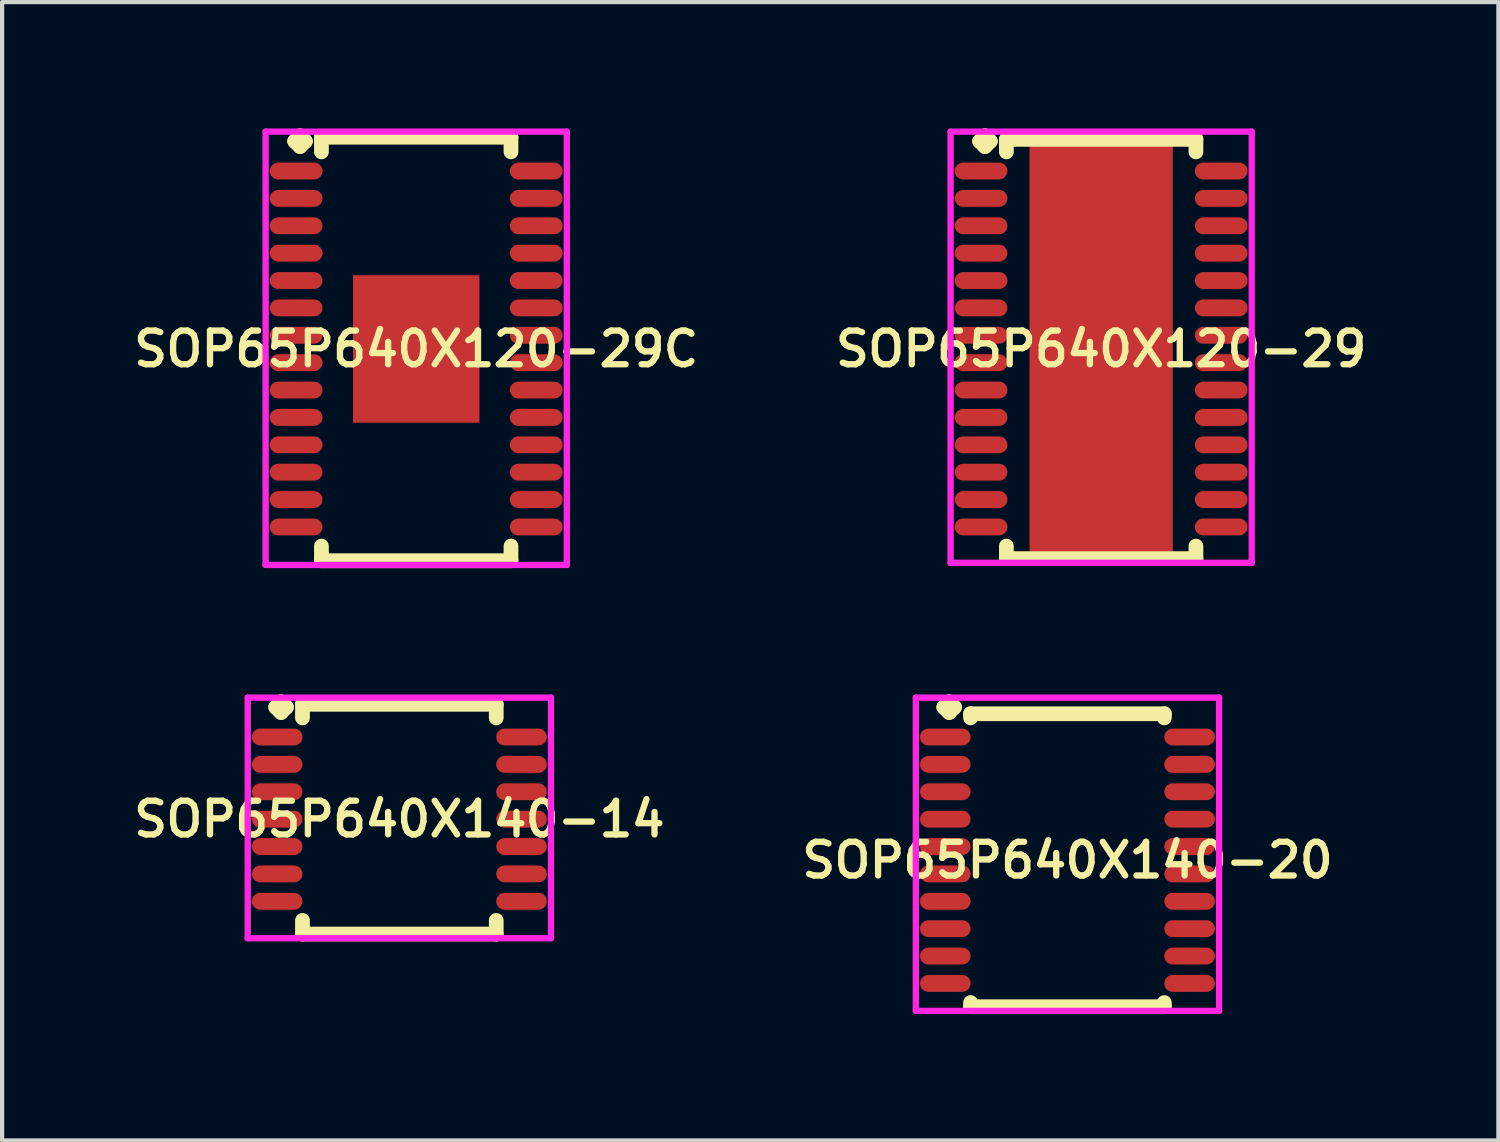
<source format=kicad_pcb>
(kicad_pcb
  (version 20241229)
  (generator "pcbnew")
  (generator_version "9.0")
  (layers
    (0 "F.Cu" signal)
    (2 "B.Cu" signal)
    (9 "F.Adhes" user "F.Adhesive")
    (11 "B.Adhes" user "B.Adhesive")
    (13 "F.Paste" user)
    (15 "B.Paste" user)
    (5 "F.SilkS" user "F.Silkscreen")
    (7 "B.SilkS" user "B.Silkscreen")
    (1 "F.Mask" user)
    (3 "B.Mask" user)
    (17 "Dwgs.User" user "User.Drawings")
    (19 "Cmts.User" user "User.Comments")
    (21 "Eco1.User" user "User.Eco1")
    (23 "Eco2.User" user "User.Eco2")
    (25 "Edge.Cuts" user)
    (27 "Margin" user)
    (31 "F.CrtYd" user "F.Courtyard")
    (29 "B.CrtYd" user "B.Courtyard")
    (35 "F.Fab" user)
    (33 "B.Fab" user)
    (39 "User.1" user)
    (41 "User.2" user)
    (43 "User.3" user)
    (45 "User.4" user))
  (footprint "SOP65P640X140-20"
    (layer "F.Cu")
    (at 22.292 17.372)
    (property "Reference" "SOP65P640X140-20" (at 0 0 0) (layer "F.SilkS") (effects (font (size 0.8 0.8) (thickness 0.15))))
    (attr smd)
    (fp_line (start -2.935 -3.633) (end -2.808 -3.76) (stroke (width 0.35) (type solid)) (layer "F.SilkS"))
    (fp_line (start -2.808 -3.76) (end -2.681 -3.633) (stroke (width 0.35) (type solid)) (layer "F.SilkS"))
    (fp_line (start -2.808 -3.506) (end -2.935 -3.633) (stroke (width 0.35) (type solid)) (layer "F.SilkS"))
    (fp_line (start -2.681 -3.633) (end -2.808 -3.506) (stroke (width 0.35) (type solid)) (layer "F.SilkS"))
    (fp_line (start -2.3 -3.477) (end 2.3 -3.477) (stroke (width 0.35) (type solid)) (layer "F.SilkS"))
    (fp_line (start -2.3 -3.379) (end -2.3 -3.477) (stroke (width 0.35) (type solid)) (layer "F.SilkS"))
    (fp_line (start -2.3 3.379) (end -2.3 3.477) (stroke (width 0.35) (type solid)) (layer "F.SilkS"))
    (fp_line (start -2.3 3.477) (end 2.3 3.477) (stroke (width 0.35) (type solid)) (layer "F.SilkS"))
    (fp_line (start 2.3 -3.477) (end 2.3 -3.379) (stroke (width 0.35) (type solid)) (layer "F.SilkS"))
    (fp_line (start 2.3 3.477) (end 2.3 3.379) (stroke (width 0.35) (type solid)) (layer "F.SilkS"))
    (fp_line (start -3.6 -3.86) (end 3.6 -3.86) (stroke (width 0.15) (type solid)) (layer "F.CrtYd"))
    (fp_line (start -3.6 3.577) (end -3.6 -3.86) (stroke (width 0.15) (type solid)) (layer "F.CrtYd"))
    (fp_line (start 3.6 -3.86) (end 3.6 3.577) (stroke (width 0.15) (type solid)) (layer "F.CrtYd"))
    (fp_line (start 3.6 3.577) (end -3.6 3.577) (stroke (width 0.15) (type solid)) (layer "F.CrtYd"))
    (pad "1" smd oval (at -2.9 -2.925) (size 1.2 0.4) (layers "F.Cu" "F.Mask" "F.Paste"))
    (pad "2" smd oval (at -2.9 -2.275) (size 1.2 0.4) (layers "F.Cu" "F.Mask" "F.Paste"))
    (pad "3" smd oval (at -2.9 -1.625) (size 1.2 0.4) (layers "F.Cu" "F.Mask" "F.Paste"))
    (pad "4" smd oval (at -2.9 -0.975) (size 1.2 0.4) (layers "F.Cu" "F.Mask" "F.Paste"))
    (pad "5" smd oval (at -2.9 -0.325) (size 1.2 0.4) (layers "F.Cu" "F.Mask" "F.Paste"))
    (pad "6" smd oval (at -2.9 0.325) (size 1.2 0.4) (layers "F.Cu" "F.Mask" "F.Paste"))
    (pad "7" smd oval (at -2.9 0.975) (size 1.2 0.4) (layers "F.Cu" "F.Mask" "F.Paste"))
    (pad "8" smd oval (at -2.9 1.625) (size 1.2 0.4) (layers "F.Cu" "F.Mask" "F.Paste"))
    (pad "9" smd oval (at -2.9 2.275) (size 1.2 0.4) (layers "F.Cu" "F.Mask" "F.Paste"))
    (pad "10" smd oval (at -2.9 2.925) (size 1.2 0.4) (layers "F.Cu" "F.Mask" "F.Paste"))
    (pad "11" smd oval (at 2.9 2.925) (size 1.2 0.4) (layers "F.Cu" "F.Mask" "F.Paste"))
    (pad "12" smd oval (at 2.9 2.275) (size 1.2 0.4) (layers "F.Cu" "F.Mask" "F.Paste"))
    (pad "13" smd oval (at 2.9 1.625) (size 1.2 0.4) (layers "F.Cu" "F.Mask" "F.Paste"))
    (pad "14" smd oval (at 2.9 0.975) (size 1.2 0.4) (layers "F.Cu" "F.Mask" "F.Paste"))
    (pad "15" smd oval (at 2.9 0.325) (size 1.2 0.4) (layers "F.Cu" "F.Mask" "F.Paste"))
    (pad "16" smd oval (at 2.9 -0.325) (size 1.2 0.4) (layers "F.Cu" "F.Mask" "F.Paste"))
    (pad "17" smd oval (at 2.9 -0.975) (size 1.2 0.4) (layers "F.Cu" "F.Mask" "F.Paste"))
    (pad "18" smd oval (at 2.9 -1.625) (size 1.2 0.4) (layers "F.Cu" "F.Mask" "F.Paste"))
    (pad "19" smd oval (at 2.9 -2.275) (size 1.2 0.4) (layers "F.Cu" "F.Mask" "F.Paste"))
    (pad "20" smd oval (at 2.9 -2.925) (size 1.2 0.4) (layers "F.Cu" "F.Mask" "F.Paste")))
  (footprint "SOP65P640X120-29"
    (layer "F.Cu")
    (at 23.092 5.235)
    (property "Reference" "SOP65P640X120-29" (at 0 0 0) (layer "F.SilkS") (effects (font (size 0.8 0.8) (thickness 0.15))))
    (attr through_hole)
    (fp_line (start -2.885 -4.933) (end -2.758 -5.06) (stroke (width 0.35) (type solid)) (layer "F.SilkS"))
    (fp_line (start -2.758 -5.06) (end -2.631 -4.933) (stroke (width 0.35) (type solid)) (layer "F.SilkS"))
    (fp_line (start -2.758 -4.806) (end -2.885 -4.933) (stroke (width 0.35) (type solid)) (layer "F.SilkS"))
    (fp_line (start -2.631 -4.933) (end -2.758 -4.806) (stroke (width 0.35) (type solid)) (layer "F.SilkS"))
    (fp_line (start -2.25 -4.977) (end 2.25 -4.977) (stroke (width 0.35) (type solid)) (layer "F.SilkS"))
    (fp_line (start -2.25 -4.679) (end -2.25 -4.977) (stroke (width 0.35) (type solid)) (layer "F.SilkS"))
    (fp_line (start -2.25 4.679) (end -2.25 4.977) (stroke (width 0.35) (type solid)) (layer "F.SilkS"))
    (fp_line (start -2.25 4.977) (end 2.25 4.977) (stroke (width 0.35) (type solid)) (layer "F.SilkS"))
    (fp_line (start 2.25 -4.977) (end 2.25 -4.679) (stroke (width 0.35) (type solid)) (layer "F.SilkS"))
    (fp_line (start 2.25 4.977) (end 2.25 4.679) (stroke (width 0.35) (type solid)) (layer "F.SilkS"))
    (fp_line (start -3.575 -5.16) (end 3.575 -5.16) (stroke (width 0.15) (type solid)) (layer "F.CrtYd"))
    (fp_line (start -3.575 5.077) (end -3.575 -5.16) (stroke (width 0.15) (type solid)) (layer "F.CrtYd"))
    (fp_line (start 3.575 -5.16) (end 3.575 5.077) (stroke (width 0.15) (type solid)) (layer "F.CrtYd"))
    (fp_line (start 3.575 5.077) (end -3.575 5.077) (stroke (width 0.15) (type solid)) (layer "F.CrtYd"))
    (pad "1" smd oval (at -2.85 -4.225) (size 1.25 0.4) (layers "F.Cu" "F.Mask" "F.Paste"))
    (pad "2" smd oval (at -2.85 -3.575) (size 1.25 0.4) (layers "F.Cu" "F.Mask" "F.Paste"))
    (pad "3" smd oval (at -2.85 -2.925) (size 1.25 0.4) (layers "F.Cu" "F.Mask" "F.Paste"))
    (pad "4" smd oval (at -2.85 -2.275) (size 1.25 0.4) (layers "F.Cu" "F.Mask" "F.Paste"))
    (pad "5" smd oval (at -2.85 -1.625) (size 1.25 0.4) (layers "F.Cu" "F.Mask" "F.Paste"))
    (pad "6" smd oval (at -2.85 -0.975) (size 1.25 0.4) (layers "F.Cu" "F.Mask" "F.Paste"))
    (pad "7" smd oval (at -2.85 -0.325) (size 1.25 0.4) (layers "F.Cu" "F.Mask" "F.Paste"))
    (pad "8" smd oval (at -2.85 0.325) (size 1.25 0.4) (layers "F.Cu" "F.Mask" "F.Paste"))
    (pad "9" smd oval (at -2.85 0.975) (size 1.25 0.4) (layers "F.Cu" "F.Mask" "F.Paste"))
    (pad "10" smd oval (at -2.85 1.625) (size 1.25 0.4) (layers "F.Cu" "F.Mask" "F.Paste"))
    (pad "11" smd oval (at -2.85 2.275) (size 1.25 0.4) (layers "F.Cu" "F.Mask" "F.Paste"))
    (pad "12" smd oval (at -2.85 2.925) (size 1.25 0.4) (layers "F.Cu" "F.Mask" "F.Paste"))
    (pad "13" smd oval (at -2.85 3.575) (size 1.25 0.4) (layers "F.Cu" "F.Mask" "F.Paste"))
    (pad "14" smd oval (at -2.85 4.225) (size 1.25 0.4) (layers "F.Cu" "F.Mask" "F.Paste"))
    (pad "15" smd oval (at 2.85 4.225) (size 1.25 0.4) (layers "F.Cu" "F.Mask" "F.Paste"))
    (pad "16" smd oval (at 2.85 3.575) (size 1.25 0.4) (layers "F.Cu" "F.Mask" "F.Paste"))
    (pad "17" smd oval (at 2.85 2.925) (size 1.25 0.4) (layers "F.Cu" "F.Mask" "F.Paste"))
    (pad "18" smd oval (at 2.85 2.275) (size 1.25 0.4) (layers "F.Cu" "F.Mask" "F.Paste"))
    (pad "19" smd oval (at 2.85 1.625) (size 1.25 0.4) (layers "F.Cu" "F.Mask" "F.Paste"))
    (pad "20" smd oval (at 2.85 0.975) (size 1.25 0.4) (layers "F.Cu" "F.Mask" "F.Paste"))
    (pad "21" smd oval (at 2.85 0.325) (size 1.25 0.4) (layers "F.Cu" "F.Mask" "F.Paste"))
    (pad "22" smd oval (at 2.85 -0.325) (size 1.25 0.4) (layers "F.Cu" "F.Mask" "F.Paste"))
    (pad "23" smd oval (at 2.85 -0.975) (size 1.25 0.4) (layers "F.Cu" "F.Mask" "F.Paste"))
    (pad "24" smd oval (at 2.85 -1.625) (size 1.25 0.4) (layers "F.Cu" "F.Mask" "F.Paste"))
    (pad "25" smd oval (at 2.85 -2.275) (size 1.25 0.4) (layers "F.Cu" "F.Mask" "F.Paste"))
    (pad "26" smd oval (at 2.85 -2.925) (size 1.25 0.4) (layers "F.Cu" "F.Mask" "F.Paste"))
    (pad "27" smd oval (at 2.85 -3.575) (size 1.25 0.4) (layers "F.Cu" "F.Mask" "F.Paste"))
    (pad "28" smd oval (at 2.85 -4.225) (size 1.25 0.4) (layers "F.Cu" "F.Mask" "F.Paste"))
    (pad "29" smd rect (at 0 0) (size 3.4 9.7) (layers "F.Cu" "F.Mask" "F.Paste")))
  (footprint "SOP65P640X140-14"
    (layer "F.Cu")
    (at 6.431 16.397)
    (property "Reference" "SOP65P640X140-14" (at 0 0 0) (layer "F.SilkS") (effects (font (size 0.8 0.8) (thickness 0.15))))
    (attr through_hole)
    (fp_line (start -2.935 -2.658) (end -2.808 -2.785) (stroke (width 0.35) (type solid)) (layer "F.SilkS"))
    (fp_line (start -2.808 -2.785) (end -2.681 -2.658) (stroke (width 0.35) (type solid)) (layer "F.SilkS"))
    (fp_line (start -2.808 -2.531) (end -2.935 -2.658) (stroke (width 0.35) (type solid)) (layer "F.SilkS"))
    (fp_line (start -2.681 -2.658) (end -2.808 -2.531) (stroke (width 0.35) (type solid)) (layer "F.SilkS"))
    (fp_line (start -2.3 -2.727) (end 2.3 -2.727) (stroke (width 0.35) (type solid)) (layer "F.SilkS"))
    (fp_line (start -2.3 -2.404) (end -2.3 -2.727) (stroke (width 0.35) (type solid)) (layer "F.SilkS"))
    (fp_line (start -2.3 2.404) (end -2.3 2.727) (stroke (width 0.35) (type solid)) (layer "F.SilkS"))
    (fp_line (start -2.3 2.727) (end 2.3 2.727) (stroke (width 0.35) (type solid)) (layer "F.SilkS"))
    (fp_line (start 2.3 -2.727) (end 2.3 -2.404) (stroke (width 0.35) (type solid)) (layer "F.SilkS"))
    (fp_line (start 2.3 2.727) (end 2.3 2.404) (stroke (width 0.35) (type solid)) (layer "F.SilkS"))
    (fp_line (start -3.6 -2.885) (end 3.6 -2.885) (stroke (width 0.15) (type solid)) (layer "F.CrtYd"))
    (fp_line (start -3.6 2.827) (end -3.6 -2.885) (stroke (width 0.15) (type solid)) (layer "F.CrtYd"))
    (fp_line (start 3.6 -2.885) (end 3.6 2.827) (stroke (width 0.15) (type solid)) (layer "F.CrtYd"))
    (fp_line (start 3.6 2.827) (end -3.6 2.827) (stroke (width 0.15) (type solid)) (layer "F.CrtYd"))
    (pad "1" smd oval (at -2.9 -1.95) (size 1.2 0.4) (layers "F.Cu" "F.Mask" "F.Paste"))
    (pad "2" smd oval (at -2.9 -1.3) (size 1.2 0.4) (layers "F.Cu" "F.Mask" "F.Paste"))
    (pad "3" smd oval (at -2.9 -0.65) (size 1.2 0.4) (layers "F.Cu" "F.Mask" "F.Paste"))
    (pad "4" smd oval (at -2.9 0) (size 1.2 0.4) (layers "F.Cu" "F.Mask" "F.Paste"))
    (pad "5" smd oval (at -2.9 0.65) (size 1.2 0.4) (layers "F.Cu" "F.Mask" "F.Paste"))
    (pad "6" smd oval (at -2.9 1.3) (size 1.2 0.4) (layers "F.Cu" "F.Mask" "F.Paste"))
    (pad "7" smd oval (at -2.9 1.95) (size 1.2 0.4) (layers "F.Cu" "F.Mask" "F.Paste"))
    (pad "8" smd oval (at 2.9 1.95) (size 1.2 0.4) (layers "F.Cu" "F.Mask" "F.Paste"))
    (pad "9" smd oval (at 2.9 1.3) (size 1.2 0.4) (layers "F.Cu" "F.Mask" "F.Paste"))
    (pad "10" smd oval (at 2.9 0.65) (size 1.2 0.4) (layers "F.Cu" "F.Mask" "F.Paste"))
    (pad "11" smd oval (at 2.9 0) (size 1.2 0.4) (layers "F.Cu" "F.Mask" "F.Paste"))
    (pad "12" smd oval (at 2.9 -0.65) (size 1.2 0.4) (layers "F.Cu" "F.Mask" "F.Paste"))
    (pad "13" smd oval (at 2.9 -1.3) (size 1.2 0.4) (layers "F.Cu" "F.Mask" "F.Paste"))
    (pad "14" smd oval (at 2.9 -1.95) (size 1.2 0.4) (layers "F.Cu" "F.Mask" "F.Paste")))
  (footprint "SOP65P640X120-29C"
    (layer "F.Cu")
    (at 6.831 5.235)
    (property "Reference" "SOP65P640X120-29C" (at 0 0 0) (layer "F.SilkS") (effects (font (size 0.8 0.8) (thickness 0.15))))
    (attr smd)
    (fp_line (start -2.885 -4.933) (end -2.758 -5.06) (stroke (width 0.35) (type solid)) (layer "F.SilkS"))
    (fp_line (start -2.758 -5.06) (end -2.631 -4.933) (stroke (width 0.35) (type solid)) (layer "F.SilkS"))
    (fp_line (start -2.758 -4.806) (end -2.885 -4.933) (stroke (width 0.35) (type solid)) (layer "F.SilkS"))
    (fp_line (start -2.631 -4.933) (end -2.758 -4.806) (stroke (width 0.35) (type solid)) (layer "F.SilkS"))
    (fp_line (start -2.25 -5.027) (end 2.25 -5.027) (stroke (width 0.35) (type solid)) (layer "F.SilkS"))
    (fp_line (start -2.25 -4.679) (end -2.25 -5.027) (stroke (width 0.35) (type solid)) (layer "F.SilkS"))
    (fp_line (start -2.25 4.679) (end -2.25 5.027) (stroke (width 0.35) (type solid)) (layer "F.SilkS"))
    (fp_line (start -2.25 5.027) (end 2.25 5.027) (stroke (width 0.35) (type solid)) (layer "F.SilkS"))
    (fp_line (start 2.25 -5.027) (end 2.25 -4.679) (stroke (width 0.35) (type solid)) (layer "F.SilkS"))
    (fp_line (start 2.25 5.027) (end 2.25 4.679) (stroke (width 0.35) (type solid)) (layer "F.SilkS"))
    (fp_line (start -3.575 -5.16) (end 3.575 -5.16) (stroke (width 0.15) (type solid)) (layer "F.CrtYd"))
    (fp_line (start -3.575 5.127) (end -3.575 -5.16) (stroke (width 0.15) (type solid)) (layer "F.CrtYd"))
    (fp_line (start 3.575 -5.16) (end 3.575 5.127) (stroke (width 0.15) (type solid)) (layer "F.CrtYd"))
    (fp_line (start 3.575 5.127) (end -3.575 5.127) (stroke (width 0.15) (type solid)) (layer "F.CrtYd"))
    (pad "1" smd oval (at -2.85 -4.225) (size 1.25 0.4) (layers "F.Cu" "F.Mask" "F.Paste"))
    (pad "2" smd oval (at -2.85 -3.575) (size 1.25 0.4) (layers "F.Cu" "F.Mask" "F.Paste"))
    (pad "3" smd oval (at -2.85 -2.925) (size 1.25 0.4) (layers "F.Cu" "F.Mask" "F.Paste"))
    (pad "4" smd oval (at -2.85 -2.275) (size 1.25 0.4) (layers "F.Cu" "F.Mask" "F.Paste"))
    (pad "5" smd oval (at -2.85 -1.625) (size 1.25 0.4) (layers "F.Cu" "F.Mask" "F.Paste"))
    (pad "6" smd oval (at -2.85 -0.975) (size 1.25 0.4) (layers "F.Cu" "F.Mask" "F.Paste"))
    (pad "7" smd oval (at -2.85 -0.325) (size 1.25 0.4) (layers "F.Cu" "F.Mask" "F.Paste"))
    (pad "8" smd oval (at -2.85 0.325) (size 1.25 0.4) (layers "F.Cu" "F.Mask" "F.Paste"))
    (pad "9" smd oval (at -2.85 0.975) (size 1.25 0.4) (layers "F.Cu" "F.Mask" "F.Paste"))
    (pad "10" smd oval (at -2.85 1.625) (size 1.25 0.4) (layers "F.Cu" "F.Mask" "F.Paste"))
    (pad "11" smd oval (at -2.85 2.275) (size 1.25 0.4) (layers "F.Cu" "F.Mask" "F.Paste"))
    (pad "12" smd oval (at -2.85 2.925) (size 1.25 0.4) (layers "F.Cu" "F.Mask" "F.Paste"))
    (pad "13" smd oval (at -2.85 3.575) (size 1.25 0.4) (layers "F.Cu" "F.Mask" "F.Paste"))
    (pad "14" smd oval (at -2.85 4.225) (size 1.25 0.4) (layers "F.Cu" "F.Mask" "F.Paste"))
    (pad "15" smd oval (at 2.85 4.225) (size 1.25 0.4) (layers "F.Cu" "F.Mask" "F.Paste"))
    (pad "16" smd oval (at 2.85 3.575) (size 1.25 0.4) (layers "F.Cu" "F.Mask" "F.Paste"))
    (pad "17" smd oval (at 2.85 2.925) (size 1.25 0.4) (layers "F.Cu" "F.Mask" "F.Paste"))
    (pad "18" smd oval (at 2.85 2.275) (size 1.25 0.4) (layers "F.Cu" "F.Mask" "F.Paste"))
    (pad "19" smd oval (at 2.85 1.625) (size 1.25 0.4) (layers "F.Cu" "F.Mask" "F.Paste"))
    (pad "20" smd oval (at 2.85 0.975) (size 1.25 0.4) (layers "F.Cu" "F.Mask" "F.Paste"))
    (pad "21" smd oval (at 2.85 0.325) (size 1.25 0.4) (layers "F.Cu" "F.Mask" "F.Paste"))
    (pad "22" smd oval (at 2.85 -0.325) (size 1.25 0.4) (layers "F.Cu" "F.Mask" "F.Paste"))
    (pad "23" smd oval (at 2.85 -0.975) (size 1.25 0.4) (layers "F.Cu" "F.Mask" "F.Paste"))
    (pad "24" smd oval (at 2.85 -1.625) (size 1.25 0.4) (layers "F.Cu" "F.Mask" "F.Paste"))
    (pad "25" smd oval (at 2.85 -2.275) (size 1.25 0.4) (layers "F.Cu" "F.Mask" "F.Paste"))
    (pad "26" smd oval (at 2.85 -2.925) (size 1.25 0.4) (layers "F.Cu" "F.Mask" "F.Paste"))
    (pad "27" smd oval (at 2.85 -3.575) (size 1.25 0.4) (layers "F.Cu" "F.Mask" "F.Paste"))
    (pad "28" smd oval (at 2.85 -4.225) (size 1.25 0.4) (layers "F.Cu" "F.Mask" "F.Paste"))
    (pad "29" smd rect (at 0 0) (size 3 3.5) (layers "F.Cu" "F.Mask" "F.Paste")))
  (gr_rect
    (start -3 -3)
    (end 32.523 24.024)
    (stroke (width 0.1) (type default))
    (fill no)
    (layer "Edge.Cuts")))
</source>
